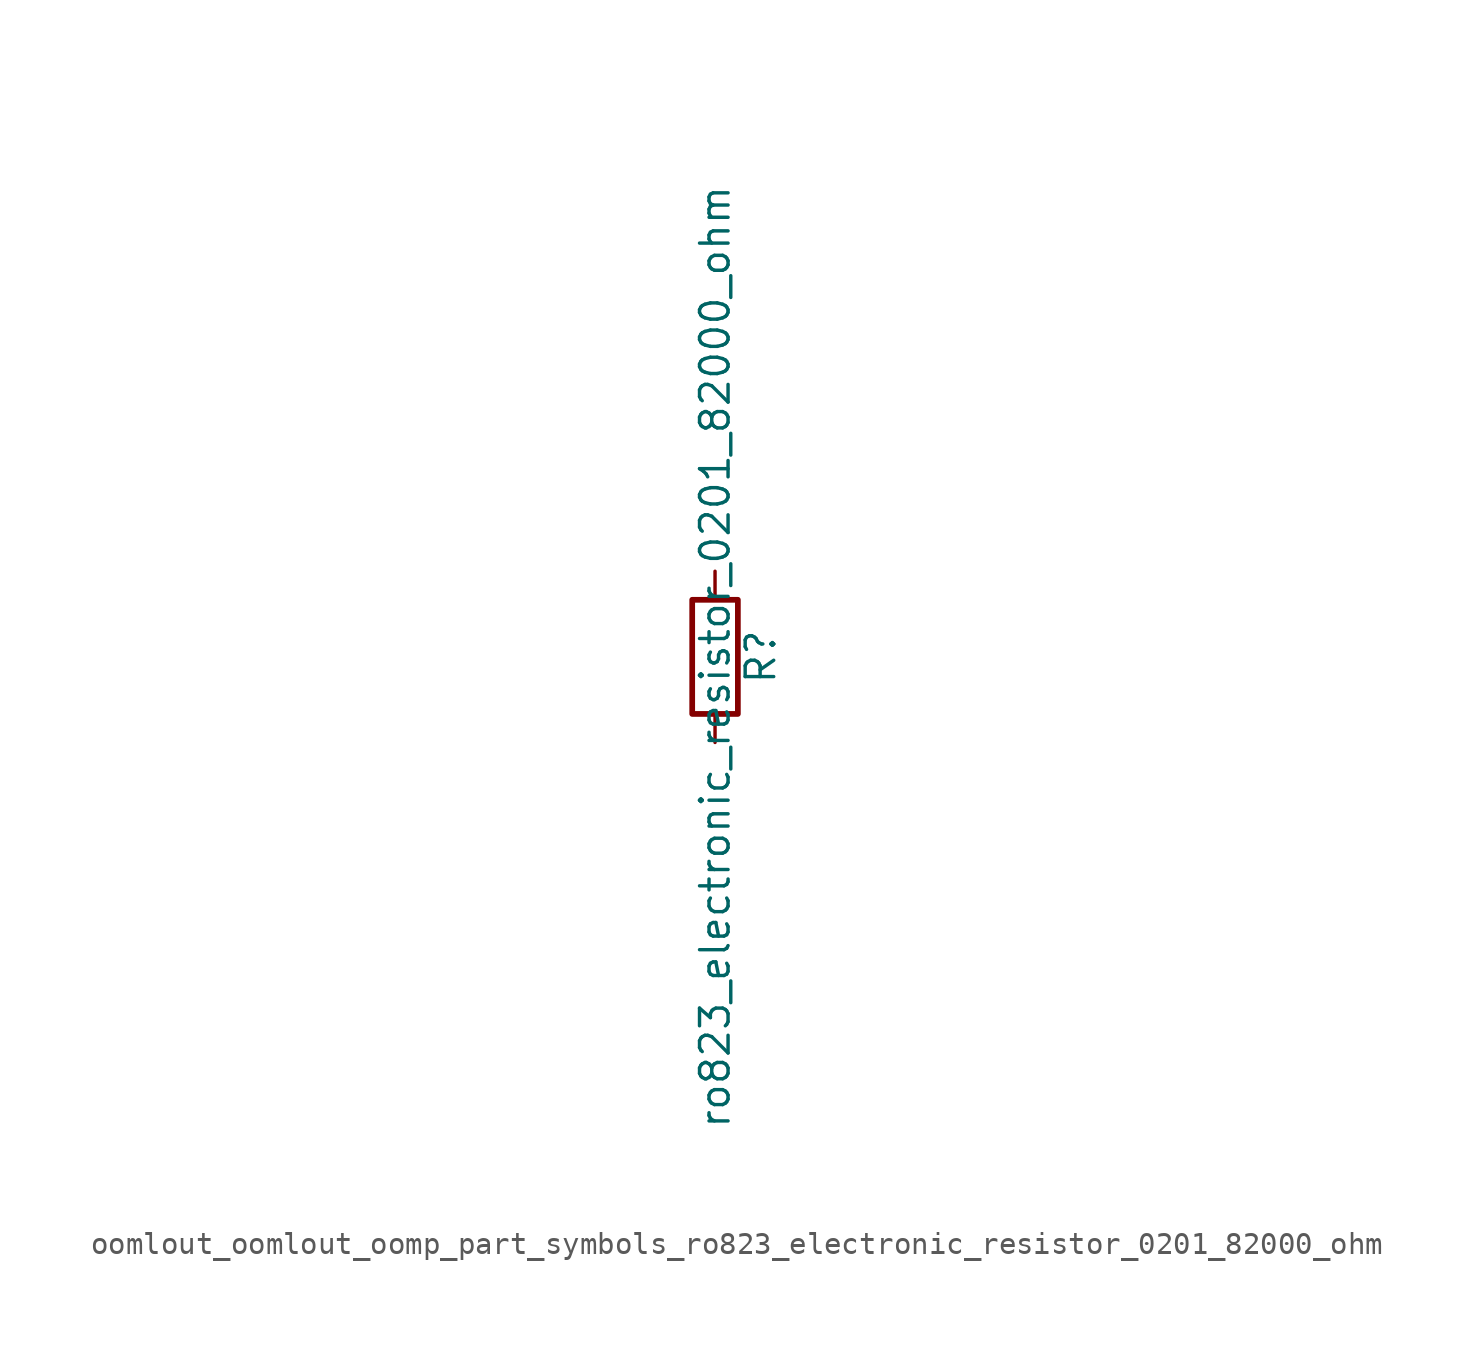
<source format=kicad_sym>
(kicad_symbol_lib
  (version 20220914)
  (generator kicad_symbol_editor)
  (symbol "oomlout_oomlout_oomp_part_symbols_ro823_electronic_resistor_0201_82000_ohm"
    (pin_numbers hide)
    (pin_names
      (offset 0))
    (property "Reference" "R"
      (at 2.032 0 90)
      (effects (font (size 1.27 1.27))))
    (property "Value" "ro823_electronic_resistor_0201_82000_ohm"
      (at 0 0 90)
      (effects (font (size 1.27 1.27))))
    (symbol "oomlout_oomlout_oomp_part_symbols_ro823_electronic_resistor_0201_82000_ohm_0_1"
      (rectangle (start -1.016 -2.54) (end 1.016 2.54) (stroke (width 0.254) (type default)) (fill (type none))))
    (symbol "oomlout_oomlout_oomp_part_symbols_ro823_electronic_resistor_0201_82000_ohm_1_1"
      (pin passive line (at 0 3.81 270) (length 1.27) (name "~" (effects (font (size 1.27 1.27)))) (number "1" (effects (font (size 1.27 1.27)))))
      (pin passive line (at 0 -3.81 90) (length 1.27) (name "~" (effects (font (size 1.27 1.27)))) (number "2" (effects (font (size 1.27 1.27))))))))
</source>
